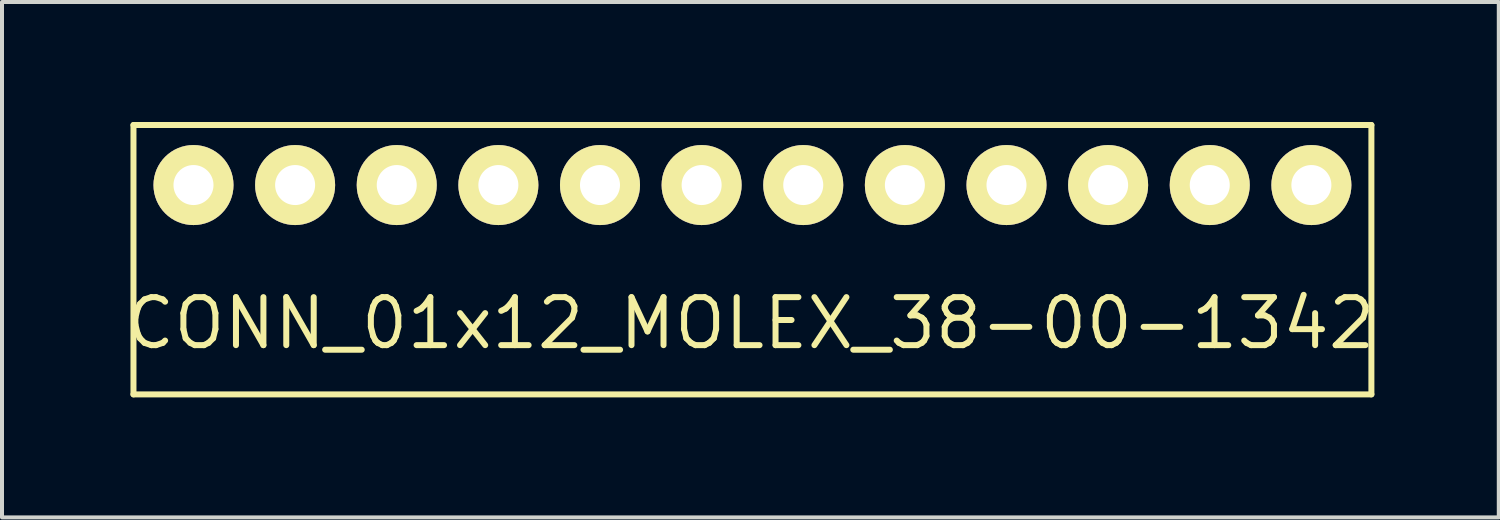
<source format=kicad_pcb>
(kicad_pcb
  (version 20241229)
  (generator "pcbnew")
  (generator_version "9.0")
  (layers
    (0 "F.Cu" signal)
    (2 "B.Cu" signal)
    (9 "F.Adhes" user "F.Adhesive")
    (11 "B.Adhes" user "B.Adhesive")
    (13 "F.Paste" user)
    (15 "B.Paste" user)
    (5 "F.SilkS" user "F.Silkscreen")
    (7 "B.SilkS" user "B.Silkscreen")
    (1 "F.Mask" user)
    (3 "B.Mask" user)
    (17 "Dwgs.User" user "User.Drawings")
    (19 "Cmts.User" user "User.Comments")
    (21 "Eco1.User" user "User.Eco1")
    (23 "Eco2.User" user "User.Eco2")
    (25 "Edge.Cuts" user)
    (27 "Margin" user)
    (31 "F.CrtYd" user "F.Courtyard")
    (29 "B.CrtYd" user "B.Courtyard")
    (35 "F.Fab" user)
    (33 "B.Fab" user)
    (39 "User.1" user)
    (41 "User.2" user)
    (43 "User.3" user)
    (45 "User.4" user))
  (footprint "CONN_01x12_MOLEX_38-00-1342"
    (layer "F.Cu")
    (at 15.756 1.575)
    (property "Reference" "CONN_01x12_MOLEX_38-00-1342" (at -0.051 3.454 0) (layer "F.SilkS") (effects (font (size 1.2 1.2) (thickness 0.15))))
    (attr through_hole)
    (fp_line (start -15.47 -1.5) (end -15.47 5.232) (stroke (width 0.15) (type solid)) (layer "F.SilkS"))
    (fp_line (start -15.47 -1.5) (end 15.47 -1.5) (stroke (width 0.15) (type solid)) (layer "F.SilkS"))
    (fp_line (start -15.47 5.232) (end 15.47 5.232) (stroke (width 0.15) (type solid)) (layer "F.SilkS"))
    (fp_line (start 15.47 -1.5) (end 15.47 5.232) (stroke (width 0.15) (type solid)) (layer "F.SilkS"))
    (pad "1" thru_hole circle (at -13.97 0) (size 2 2) (drill 1) (layers "*.Cu" "*.Mask" "F.SilkS"))
    (pad "2" thru_hole circle (at -11.43 0) (size 2 2) (drill 1) (layers "*.Cu" "*.Mask" "F.SilkS"))
    (pad "3" thru_hole circle (at -8.89 0) (size 2 2) (drill 1) (layers "*.Cu" "*.Mask" "F.SilkS"))
    (pad "4" thru_hole circle (at -6.35 0) (size 2 2) (drill 1) (layers "*.Cu" "*.Mask" "F.SilkS"))
    (pad "5" thru_hole circle (at -3.81 0) (size 2 2) (drill 1) (layers "*.Cu" "*.Mask" "F.SilkS"))
    (pad "6" thru_hole circle (at -1.27 0) (size 2 2) (drill 1) (layers "*.Cu" "*.Mask" "F.SilkS"))
    (pad "7" thru_hole circle (at 1.27 0) (size 2 2) (drill 1) (layers "*.Cu" "*.Mask" "F.SilkS"))
    (pad "8" thru_hole circle (at 3.81 0) (size 2 2) (drill 1) (layers "*.Cu" "*.Mask" "F.SilkS"))
    (pad "9" thru_hole circle (at 6.35 0) (size 2 2) (drill 1) (layers "*.Cu" "*.Mask" "F.SilkS"))
    (pad "10" thru_hole circle (at 8.89 0) (size 2 2) (drill 1) (layers "*.Cu" "*.Mask" "F.SilkS"))
    (pad "11" thru_hole circle (at 11.43 0) (size 2 2) (drill 1) (layers "*.Cu" "*.Mask" "F.SilkS"))
    (pad "12" thru_hole circle (at 13.97 0) (size 2 2) (drill 1) (layers "*.Cu" "*.Mask" "F.SilkS")))
  (gr_rect
    (start -3 -3)
    (end 34.41 9.882)
    (stroke (width 0.1) (type default))
    (fill no)
    (layer "Edge.Cuts")))
</source>
